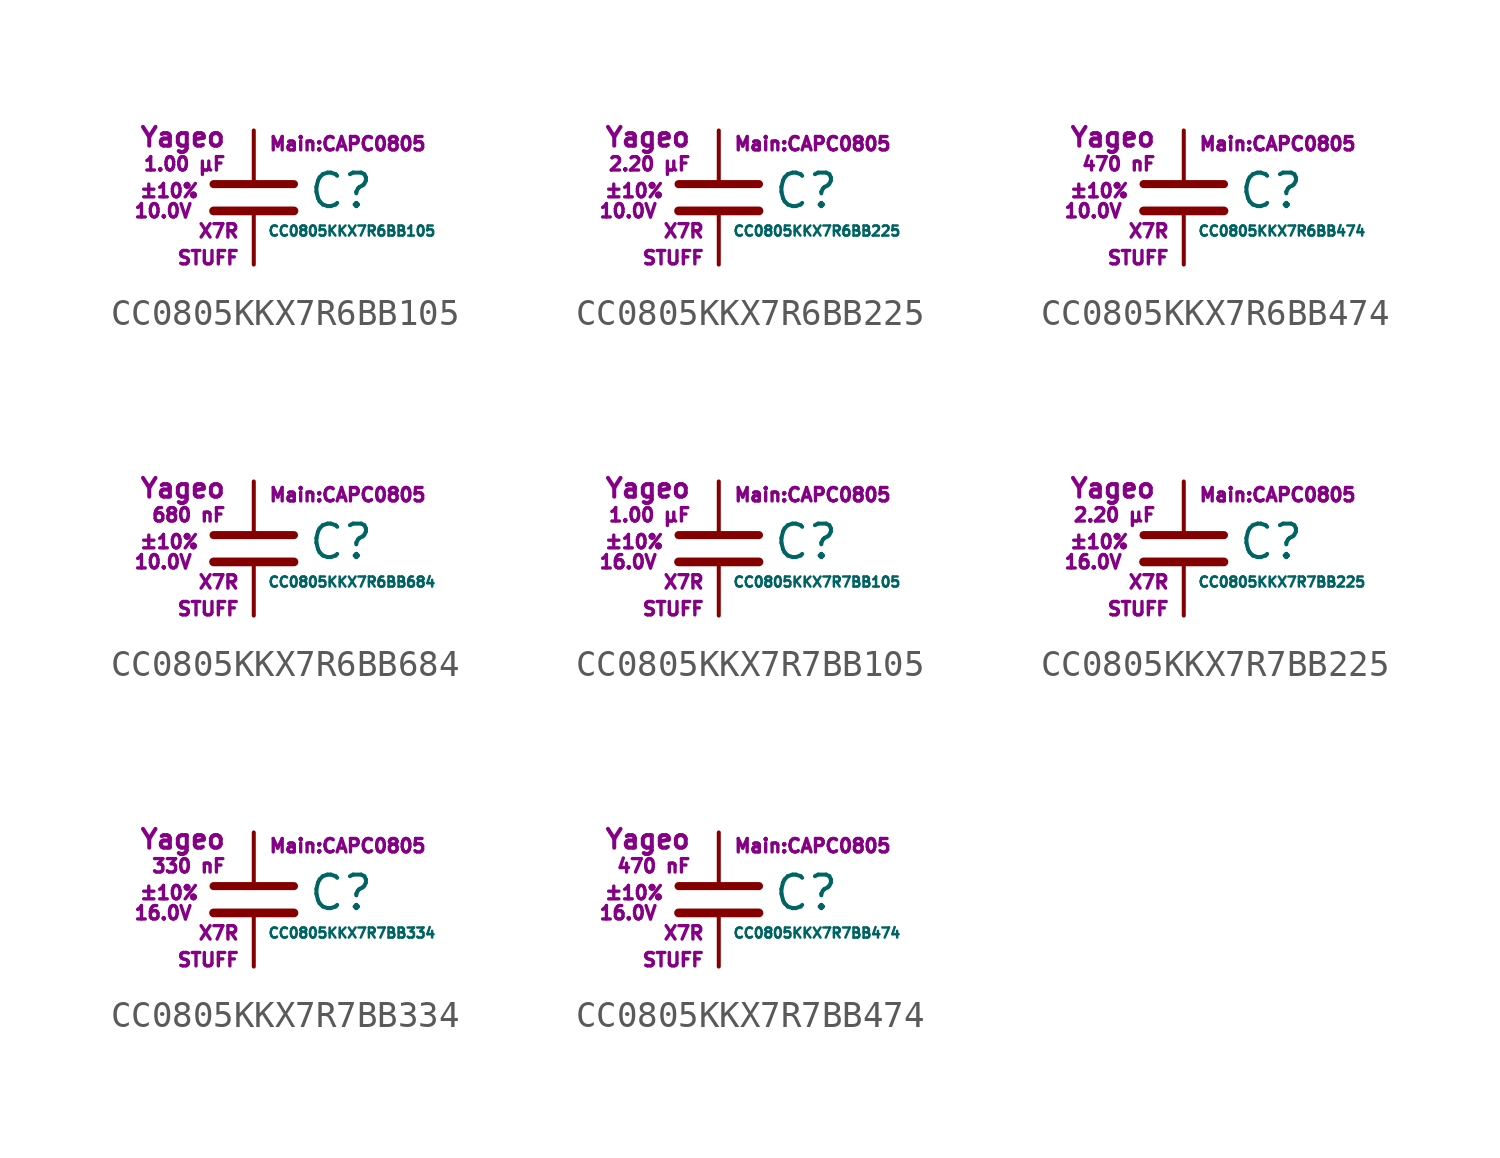
<source format=kicad_sym>
(kicad_symbol_lib
  (version 20211014)
  (generator kicad_symbol_editor)
  (symbol "CC0805KKX7R6BB105"
    (pin_numbers hide)
    (pin_names
      (offset 0.254) hide)
    (property "Reference" "C"
      (at 2.032 0.254 0)
      (effects (font (size 1.27 1.27)) (justify left)))
    (property "Value" "CC0805KKX7R6BB105"
      (at 0.508 -1.27 0)
      (effects (font (size 0.381 0.381)) (justify left)))
    (property "Footprint" "Main:CAPC0805"
      (at 3.556 2.032 0)
      (effects (font (size 0.508 0.508))))
    (property "Datasheet" ""
      (at 0.762 0.508 0)
      (effects (font (size 1.27 1.27))))
    (property "Manufacturer" "Yageo"
      (at -1.016 2.286 0)
      (effects (font (size 0.711 0.711)) (justify right)))
    (property "SKU" "STUFF"
      (at -0.508 -2.286 0)
      (effects (font (size 0.508 0.508)) (justify right)))
    (property "C" "1.00 µF"
      (at -1.016 1.27 0)
      (effects (font (size 0.508 0.508)) (justify right)))
    (property "Tol" "±10%"
      (at -2.032 0.254 0)
      (effects (font (size 0.508 0.508)) (justify right)))
    (property "Vmax" "10.0V"
      (at -2.286 -0.508 0)
      (effects (font (size 0.508 0.508)) (justify right)))
    (property "Type" "X7R"
      (at -0.508 -1.27 0)
      (effects (font (size 0.508 0.508)) (justify right)))
    (symbol "CC0805KKX7R6BB105_0_1"
      (polyline (pts (xy -1.524 -0.508) (xy 1.524 -0.508)) (stroke (width 0.33) (type default) (color 0 0 0 0)) (fill (type none)))
      (polyline (pts (xy -1.524 0.508) (xy 1.524 0.508)) (stroke (width 0.305) (type default) (color 0 0 0 0)) (fill (type none))))
    (symbol "CC0805KKX7R6BB105_1_1"
      (pin passive line (at 0 2.54 270) (length 1.905) (name "~" (effects (font (size 1.016 1.016)))) (number "1" (effects (font (size 1.016 1.016)))))
      (pin passive line (at 0 -2.54 90) (length 2.032) (name "~" (effects (font (size 1.016 1.016)))) (number "2" (effects (font (size 1.016 1.016)))))))
  (symbol "CC0805KKX7R6BB225"
    (pin_numbers hide)
    (pin_names
      (offset 0.254) hide)
    (property "Reference" "C"
      (at 2.032 0.254 0)
      (effects (font (size 1.27 1.27)) (justify left)))
    (property "Value" "CC0805KKX7R6BB225"
      (at 0.508 -1.27 0)
      (effects (font (size 0.381 0.381)) (justify left)))
    (property "Footprint" "Main:CAPC0805"
      (at 3.556 2.032 0)
      (effects (font (size 0.508 0.508))))
    (property "Datasheet" ""
      (at 0.762 0.508 0)
      (effects (font (size 1.27 1.27))))
    (property "Manufacturer" "Yageo"
      (at -1.016 2.286 0)
      (effects (font (size 0.711 0.711)) (justify right)))
    (property "SKU" "STUFF"
      (at -0.508 -2.286 0)
      (effects (font (size 0.508 0.508)) (justify right)))
    (property "C" "2.20 µF"
      (at -1.016 1.27 0)
      (effects (font (size 0.508 0.508)) (justify right)))
    (property "Tol" "±10%"
      (at -2.032 0.254 0)
      (effects (font (size 0.508 0.508)) (justify right)))
    (property "Vmax" "10.0V"
      (at -2.286 -0.508 0)
      (effects (font (size 0.508 0.508)) (justify right)))
    (property "Type" "X7R"
      (at -0.508 -1.27 0)
      (effects (font (size 0.508 0.508)) (justify right)))
    (symbol "CC0805KKX7R6BB225_0_1"
      (polyline (pts (xy -1.524 -0.508) (xy 1.524 -0.508)) (stroke (width 0.33) (type default) (color 0 0 0 0)) (fill (type none)))
      (polyline (pts (xy -1.524 0.508) (xy 1.524 0.508)) (stroke (width 0.305) (type default) (color 0 0 0 0)) (fill (type none))))
    (symbol "CC0805KKX7R6BB225_1_1"
      (pin passive line (at 0 2.54 270) (length 1.905) (name "~" (effects (font (size 1.016 1.016)))) (number "1" (effects (font (size 1.016 1.016)))))
      (pin passive line (at 0 -2.54 90) (length 2.032) (name "~" (effects (font (size 1.016 1.016)))) (number "2" (effects (font (size 1.016 1.016)))))))
  (symbol "CC0805KKX7R6BB474"
    (pin_numbers hide)
    (pin_names
      (offset 0.254) hide)
    (property "Reference" "C"
      (at 2.032 0.254 0)
      (effects (font (size 1.27 1.27)) (justify left)))
    (property "Value" "CC0805KKX7R6BB474"
      (at 0.508 -1.27 0)
      (effects (font (size 0.381 0.381)) (justify left)))
    (property "Footprint" "Main:CAPC0805"
      (at 3.556 2.032 0)
      (effects (font (size 0.508 0.508))))
    (property "Datasheet" ""
      (at 0.762 0.508 0)
      (effects (font (size 1.27 1.27))))
    (property "Manufacturer" "Yageo"
      (at -1.016 2.286 0)
      (effects (font (size 0.711 0.711)) (justify right)))
    (property "SKU" "STUFF"
      (at -0.508 -2.286 0)
      (effects (font (size 0.508 0.508)) (justify right)))
    (property "C" "470 nF"
      (at -1.016 1.27 0)
      (effects (font (size 0.508 0.508)) (justify right)))
    (property "Tol" "±10%"
      (at -2.032 0.254 0)
      (effects (font (size 0.508 0.508)) (justify right)))
    (property "Vmax" "10.0V"
      (at -2.286 -0.508 0)
      (effects (font (size 0.508 0.508)) (justify right)))
    (property "Type" "X7R"
      (at -0.508 -1.27 0)
      (effects (font (size 0.508 0.508)) (justify right)))
    (symbol "CC0805KKX7R6BB474_0_1"
      (polyline (pts (xy -1.524 -0.508) (xy 1.524 -0.508)) (stroke (width 0.33) (type default) (color 0 0 0 0)) (fill (type none)))
      (polyline (pts (xy -1.524 0.508) (xy 1.524 0.508)) (stroke (width 0.305) (type default) (color 0 0 0 0)) (fill (type none))))
    (symbol "CC0805KKX7R6BB474_1_1"
      (pin passive line (at 0 2.54 270) (length 1.905) (name "~" (effects (font (size 1.016 1.016)))) (number "1" (effects (font (size 1.016 1.016)))))
      (pin passive line (at 0 -2.54 90) (length 2.032) (name "~" (effects (font (size 1.016 1.016)))) (number "2" (effects (font (size 1.016 1.016)))))))
  (symbol "CC0805KKX7R6BB684"
    (pin_numbers hide)
    (pin_names
      (offset 0.254) hide)
    (property "Reference" "C"
      (at 2.032 0.254 0)
      (effects (font (size 1.27 1.27)) (justify left)))
    (property "Value" "CC0805KKX7R6BB684"
      (at 0.508 -1.27 0)
      (effects (font (size 0.381 0.381)) (justify left)))
    (property "Footprint" "Main:CAPC0805"
      (at 3.556 2.032 0)
      (effects (font (size 0.508 0.508))))
    (property "Datasheet" ""
      (at 0.762 0.508 0)
      (effects (font (size 1.27 1.27))))
    (property "Manufacturer" "Yageo"
      (at -1.016 2.286 0)
      (effects (font (size 0.711 0.711)) (justify right)))
    (property "SKU" "STUFF"
      (at -0.508 -2.286 0)
      (effects (font (size 0.508 0.508)) (justify right)))
    (property "C" "680 nF"
      (at -1.016 1.27 0)
      (effects (font (size 0.508 0.508)) (justify right)))
    (property "Tol" "±10%"
      (at -2.032 0.254 0)
      (effects (font (size 0.508 0.508)) (justify right)))
    (property "Vmax" "10.0V"
      (at -2.286 -0.508 0)
      (effects (font (size 0.508 0.508)) (justify right)))
    (property "Type" "X7R"
      (at -0.508 -1.27 0)
      (effects (font (size 0.508 0.508)) (justify right)))
    (symbol "CC0805KKX7R6BB684_0_1"
      (polyline (pts (xy -1.524 -0.508) (xy 1.524 -0.508)) (stroke (width 0.33) (type default) (color 0 0 0 0)) (fill (type none)))
      (polyline (pts (xy -1.524 0.508) (xy 1.524 0.508)) (stroke (width 0.305) (type default) (color 0 0 0 0)) (fill (type none))))
    (symbol "CC0805KKX7R6BB684_1_1"
      (pin passive line (at 0 2.54 270) (length 1.905) (name "~" (effects (font (size 1.016 1.016)))) (number "1" (effects (font (size 1.016 1.016)))))
      (pin passive line (at 0 -2.54 90) (length 2.032) (name "~" (effects (font (size 1.016 1.016)))) (number "2" (effects (font (size 1.016 1.016)))))))
  (symbol "CC0805KKX7R7BB105"
    (pin_numbers hide)
    (pin_names
      (offset 0.254) hide)
    (property "Reference" "C"
      (at 2.032 0.254 0)
      (effects (font (size 1.27 1.27)) (justify left)))
    (property "Value" "CC0805KKX7R7BB105"
      (at 0.508 -1.27 0)
      (effects (font (size 0.381 0.381)) (justify left)))
    (property "Footprint" "Main:CAPC0805"
      (at 3.556 2.032 0)
      (effects (font (size 0.508 0.508))))
    (property "Datasheet" ""
      (at 0.762 0.508 0)
      (effects (font (size 1.27 1.27))))
    (property "Manufacturer" "Yageo"
      (at -1.016 2.286 0)
      (effects (font (size 0.711 0.711)) (justify right)))
    (property "SKU" "STUFF"
      (at -0.508 -2.286 0)
      (effects (font (size 0.508 0.508)) (justify right)))
    (property "C" "1.00 µF"
      (at -1.016 1.27 0)
      (effects (font (size 0.508 0.508)) (justify right)))
    (property "Tol" "±10%"
      (at -2.032 0.254 0)
      (effects (font (size 0.508 0.508)) (justify right)))
    (property "Vmax" "16.0V"
      (at -2.286 -0.508 0)
      (effects (font (size 0.508 0.508)) (justify right)))
    (property "Type" "X7R"
      (at -0.508 -1.27 0)
      (effects (font (size 0.508 0.508)) (justify right)))
    (symbol "CC0805KKX7R7BB105_0_1"
      (polyline (pts (xy -1.524 -0.508) (xy 1.524 -0.508)) (stroke (width 0.33) (type default) (color 0 0 0 0)) (fill (type none)))
      (polyline (pts (xy -1.524 0.508) (xy 1.524 0.508)) (stroke (width 0.305) (type default) (color 0 0 0 0)) (fill (type none))))
    (symbol "CC0805KKX7R7BB105_1_1"
      (pin passive line (at 0 2.54 270) (length 1.905) (name "~" (effects (font (size 1.016 1.016)))) (number "1" (effects (font (size 1.016 1.016)))))
      (pin passive line (at 0 -2.54 90) (length 2.032) (name "~" (effects (font (size 1.016 1.016)))) (number "2" (effects (font (size 1.016 1.016)))))))
  (symbol "CC0805KKX7R7BB225"
    (pin_numbers hide)
    (pin_names
      (offset 0.254) hide)
    (property "Reference" "C"
      (at 2.032 0.254 0)
      (effects (font (size 1.27 1.27)) (justify left)))
    (property "Value" "CC0805KKX7R7BB225"
      (at 0.508 -1.27 0)
      (effects (font (size 0.381 0.381)) (justify left)))
    (property "Footprint" "Main:CAPC0805"
      (at 3.556 2.032 0)
      (effects (font (size 0.508 0.508))))
    (property "Datasheet" ""
      (at 0.762 0.508 0)
      (effects (font (size 1.27 1.27))))
    (property "Manufacturer" "Yageo"
      (at -1.016 2.286 0)
      (effects (font (size 0.711 0.711)) (justify right)))
    (property "SKU" "STUFF"
      (at -0.508 -2.286 0)
      (effects (font (size 0.508 0.508)) (justify right)))
    (property "C" "2.20 µF"
      (at -1.016 1.27 0)
      (effects (font (size 0.508 0.508)) (justify right)))
    (property "Tol" "±10%"
      (at -2.032 0.254 0)
      (effects (font (size 0.508 0.508)) (justify right)))
    (property "Vmax" "16.0V"
      (at -2.286 -0.508 0)
      (effects (font (size 0.508 0.508)) (justify right)))
    (property "Type" "X7R"
      (at -0.508 -1.27 0)
      (effects (font (size 0.508 0.508)) (justify right)))
    (symbol "CC0805KKX7R7BB225_0_1"
      (polyline (pts (xy -1.524 -0.508) (xy 1.524 -0.508)) (stroke (width 0.33) (type default) (color 0 0 0 0)) (fill (type none)))
      (polyline (pts (xy -1.524 0.508) (xy 1.524 0.508)) (stroke (width 0.305) (type default) (color 0 0 0 0)) (fill (type none))))
    (symbol "CC0805KKX7R7BB225_1_1"
      (pin passive line (at 0 2.54 270) (length 1.905) (name "~" (effects (font (size 1.016 1.016)))) (number "1" (effects (font (size 1.016 1.016)))))
      (pin passive line (at 0 -2.54 90) (length 2.032) (name "~" (effects (font (size 1.016 1.016)))) (number "2" (effects (font (size 1.016 1.016)))))))
  (symbol "CC0805KKX7R7BB334"
    (pin_numbers hide)
    (pin_names
      (offset 0.254) hide)
    (property "Reference" "C"
      (at 2.032 0.254 0)
      (effects (font (size 1.27 1.27)) (justify left)))
    (property "Value" "CC0805KKX7R7BB334"
      (at 0.508 -1.27 0)
      (effects (font (size 0.381 0.381)) (justify left)))
    (property "Footprint" "Main:CAPC0805"
      (at 3.556 2.032 0)
      (effects (font (size 0.508 0.508))))
    (property "Datasheet" ""
      (at 0.762 0.508 0)
      (effects (font (size 1.27 1.27))))
    (property "Manufacturer" "Yageo"
      (at -1.016 2.286 0)
      (effects (font (size 0.711 0.711)) (justify right)))
    (property "SKU" "STUFF"
      (at -0.508 -2.286 0)
      (effects (font (size 0.508 0.508)) (justify right)))
    (property "C" "330 nF"
      (at -1.016 1.27 0)
      (effects (font (size 0.508 0.508)) (justify right)))
    (property "Tol" "±10%"
      (at -2.032 0.254 0)
      (effects (font (size 0.508 0.508)) (justify right)))
    (property "Vmax" "16.0V"
      (at -2.286 -0.508 0)
      (effects (font (size 0.508 0.508)) (justify right)))
    (property "Type" "X7R"
      (at -0.508 -1.27 0)
      (effects (font (size 0.508 0.508)) (justify right)))
    (symbol "CC0805KKX7R7BB334_0_1"
      (polyline (pts (xy -1.524 -0.508) (xy 1.524 -0.508)) (stroke (width 0.33) (type default) (color 0 0 0 0)) (fill (type none)))
      (polyline (pts (xy -1.524 0.508) (xy 1.524 0.508)) (stroke (width 0.305) (type default) (color 0 0 0 0)) (fill (type none))))
    (symbol "CC0805KKX7R7BB334_1_1"
      (pin passive line (at 0 2.54 270) (length 1.905) (name "~" (effects (font (size 1.016 1.016)))) (number "1" (effects (font (size 1.016 1.016)))))
      (pin passive line (at 0 -2.54 90) (length 2.032) (name "~" (effects (font (size 1.016 1.016)))) (number "2" (effects (font (size 1.016 1.016)))))))
  (symbol "CC0805KKX7R7BB474"
    (pin_numbers hide)
    (pin_names
      (offset 0.254) hide)
    (property "Reference" "C"
      (at 2.032 0.254 0)
      (effects (font (size 1.27 1.27)) (justify left)))
    (property "Value" "CC0805KKX7R7BB474"
      (at 0.508 -1.27 0)
      (effects (font (size 0.381 0.381)) (justify left)))
    (property "Footprint" "Main:CAPC0805"
      (at 3.556 2.032 0)
      (effects (font (size 0.508 0.508))))
    (property "Datasheet" ""
      (at 0.762 0.508 0)
      (effects (font (size 1.27 1.27))))
    (property "Manufacturer" "Yageo"
      (at -1.016 2.286 0)
      (effects (font (size 0.711 0.711)) (justify right)))
    (property "SKU" "STUFF"
      (at -0.508 -2.286 0)
      (effects (font (size 0.508 0.508)) (justify right)))
    (property "C" "470 nF"
      (at -1.016 1.27 0)
      (effects (font (size 0.508 0.508)) (justify right)))
    (property "Tol" "±10%"
      (at -2.032 0.254 0)
      (effects (font (size 0.508 0.508)) (justify right)))
    (property "Vmax" "16.0V"
      (at -2.286 -0.508 0)
      (effects (font (size 0.508 0.508)) (justify right)))
    (property "Type" "X7R"
      (at -0.508 -1.27 0)
      (effects (font (size 0.508 0.508)) (justify right)))
    (symbol "CC0805KKX7R7BB474_0_1"
      (polyline (pts (xy -1.524 -0.508) (xy 1.524 -0.508)) (stroke (width 0.33) (type default) (color 0 0 0 0)) (fill (type none)))
      (polyline (pts (xy -1.524 0.508) (xy 1.524 0.508)) (stroke (width 0.305) (type default) (color 0 0 0 0)) (fill (type none))))
    (symbol "CC0805KKX7R7BB474_1_1"
      (pin passive line (at 0 2.54 270) (length 1.905) (name "~" (effects (font (size 1.016 1.016)))) (number "1" (effects (font (size 1.016 1.016)))))
      (pin passive line (at 0 -2.54 90) (length 2.032) (name "~" (effects (font (size 1.016 1.016)))) (number "2" (effects (font (size 1.016 1.016))))))))
</source>
